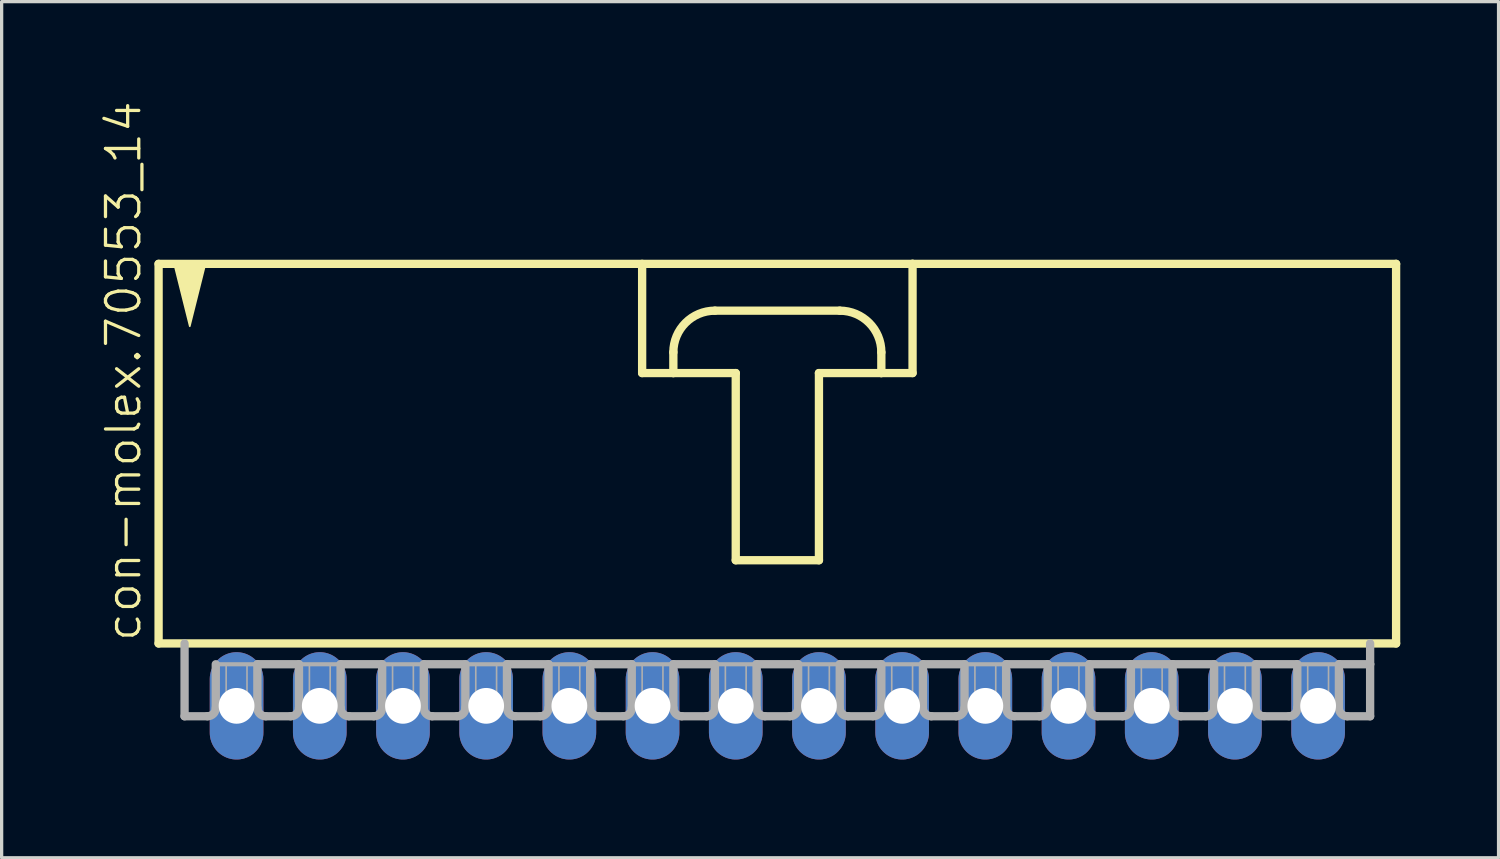
<source format=kicad_pcb>
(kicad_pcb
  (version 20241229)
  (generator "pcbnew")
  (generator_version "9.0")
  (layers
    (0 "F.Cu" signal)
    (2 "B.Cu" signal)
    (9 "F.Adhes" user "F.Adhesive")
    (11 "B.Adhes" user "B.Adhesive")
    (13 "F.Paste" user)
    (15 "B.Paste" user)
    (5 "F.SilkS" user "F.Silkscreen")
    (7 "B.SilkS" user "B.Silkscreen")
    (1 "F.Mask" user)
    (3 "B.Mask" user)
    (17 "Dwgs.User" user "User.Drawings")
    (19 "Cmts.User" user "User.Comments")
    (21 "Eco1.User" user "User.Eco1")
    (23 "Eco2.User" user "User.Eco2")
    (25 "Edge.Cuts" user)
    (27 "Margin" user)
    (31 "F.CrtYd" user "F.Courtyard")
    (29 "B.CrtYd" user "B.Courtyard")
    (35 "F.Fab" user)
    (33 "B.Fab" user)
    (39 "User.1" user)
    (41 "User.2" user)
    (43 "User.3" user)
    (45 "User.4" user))
  (footprint "con-molex.70553_14"
    (layer "F.Cu")
    (at 20.683 10.88)
    (property "Reference" "con-molex.70553_14" (at -19.367 5.715 90) (layer "F.SilkS") (effects (font (size 1.016 1.016) (thickness 0.1)) (justify left bottom)))
    (attr through_hole)
    (fp_line (start -18.891 -5.874) (end -18.891 5.715) (stroke (width 0.254) (type default)) (layer "F.SilkS"))
    (fp_line (start -18.891 5.715) (end 18.891 5.715) (stroke (width 0.254) (type default)) (layer "F.SilkS"))
    (fp_line (start -4.128 -5.874) (end -4.128 -2.54) (stroke (width 0.254) (type default)) (layer "F.SilkS"))
    (fp_line (start -4.128 -2.54) (end -3.175 -2.54) (stroke (width 0.254) (type default)) (layer "F.SilkS"))
    (fp_line (start -3.175 -2.54) (end -3.175 -3.175) (stroke (width 0.254) (type default)) (layer "F.SilkS"))
    (fp_line (start -3.175 -2.54) (end -1.27 -2.54) (stroke (width 0.254) (type default)) (layer "F.SilkS"))
    (fp_line (start -1.905 -4.445) (end 1.905 -4.445) (stroke (width 0.254) (type default)) (layer "F.SilkS"))
    (fp_line (start -1.27 -2.54) (end -1.27 3.175) (stroke (width 0.254) (type default)) (layer "F.SilkS"))
    (fp_line (start -1.27 3.175) (end 1.27 3.175) (stroke (width 0.254) (type default)) (layer "F.SilkS"))
    (fp_line (start 1.27 -2.54) (end 3.175 -2.54) (stroke (width 0.254) (type default)) (layer "F.SilkS"))
    (fp_line (start 1.27 3.175) (end 1.27 -2.54) (stroke (width 0.254) (type default)) (layer "F.SilkS"))
    (fp_line (start 3.175 -3.175) (end 3.175 -2.54) (stroke (width 0.254) (type default)) (layer "F.SilkS"))
    (fp_line (start 3.175 -2.54) (end 4.128 -2.54) (stroke (width 0.254) (type default)) (layer "F.SilkS"))
    (fp_line (start 4.128 -5.874) (end -18.891 -5.874) (stroke (width 0.254) (type default)) (layer "F.SilkS"))
    (fp_line (start 4.128 -2.54) (end 4.128 -5.874) (stroke (width 0.254) (type default)) (layer "F.SilkS"))
    (fp_line (start 18.891 -5.874) (end 4.128 -5.874) (stroke (width 0.254) (type default)) (layer "F.SilkS"))
    (fp_line (start 18.891 5.715) (end 18.891 -5.874) (stroke (width 0.254) (type default)) (layer "F.SilkS"))
    (fp_arc (start -3.175 -3.175) (mid -2.803026 -4.073026) (end -1.905 -4.445) (stroke (width 0.254) (type default)) (layer "F.SilkS"))
    (fp_arc (start 1.905 -4.445) (mid 2.803026 -4.073026) (end 3.175 -3.175) (stroke (width 0.254) (type default)) (layer "F.SilkS"))
    (fp_poly (pts (xy -18.415 -5.874) (xy -17.939 -3.969) (xy -17.462 -5.874)) (stroke (width 0.051) (type default)) (fill yes) (layer "F.SilkS"))
    (fp_line (start -18.098 5.715) (end -18.098 7.938) (stroke (width 0.254) (type default)) (layer "F.Fab"))
    (fp_line (start -17.399 7.938) (end -18.098 7.938) (stroke (width 0.254) (type default)) (layer "F.Fab"))
    (fp_line (start -17.145 6.35) (end -17.145 7.684) (stroke (width 0.254) (type default)) (layer "F.Fab"))
    (fp_line (start -17.145 6.35) (end -15.875 6.35) (stroke (width 0.127) (type default)) (layer "F.Fab"))
    (fp_line (start -15.875 6.35) (end -15.875 7.684) (stroke (width 0.254) (type default)) (layer "F.Fab"))
    (fp_line (start -15.875 6.35) (end -14.605 6.35) (stroke (width 0.254) (type default)) (layer "F.Fab"))
    (fp_line (start -14.859 7.938) (end -15.621 7.938) (stroke (width 0.254) (type default)) (layer "F.Fab"))
    (fp_line (start -14.605 6.35) (end -14.605 7.684) (stroke (width 0.254) (type default)) (layer "F.Fab"))
    (fp_line (start -14.605 6.35) (end -13.335 6.35) (stroke (width 0.127) (type default)) (layer "F.Fab"))
    (fp_line (start -13.335 6.35) (end -13.335 7.684) (stroke (width 0.254) (type default)) (layer "F.Fab"))
    (fp_line (start -13.335 6.35) (end -12.065 6.35) (stroke (width 0.254) (type default)) (layer "F.Fab"))
    (fp_line (start -12.319 7.938) (end -13.081 7.938) (stroke (width 0.254) (type default)) (layer "F.Fab"))
    (fp_line (start -12.065 6.35) (end -12.065 7.684) (stroke (width 0.254) (type default)) (layer "F.Fab"))
    (fp_line (start -12.065 6.35) (end -10.795 6.35) (stroke (width 0.127) (type default)) (layer "F.Fab"))
    (fp_line (start -10.795 6.35) (end -10.795 7.684) (stroke (width 0.254) (type default)) (layer "F.Fab"))
    (fp_line (start -10.795 6.35) (end -9.525 6.35) (stroke (width 0.254) (type default)) (layer "F.Fab"))
    (fp_line (start -9.779 7.938) (end -10.541 7.938) (stroke (width 0.254) (type default)) (layer "F.Fab"))
    (fp_line (start -9.525 6.35) (end -9.525 7.684) (stroke (width 0.254) (type default)) (layer "F.Fab"))
    (fp_line (start -9.525 6.35) (end -8.255 6.35) (stroke (width 0.127) (type default)) (layer "F.Fab"))
    (fp_line (start -8.255 6.35) (end -8.255 7.684) (stroke (width 0.254) (type default)) (layer "F.Fab"))
    (fp_line (start -8.255 6.35) (end -6.985 6.35) (stroke (width 0.254) (type default)) (layer "F.Fab"))
    (fp_line (start -7.239 7.938) (end -8.001 7.938) (stroke (width 0.254) (type default)) (layer "F.Fab"))
    (fp_line (start -6.985 6.35) (end -6.985 7.684) (stroke (width 0.254) (type default)) (layer "F.Fab"))
    (fp_line (start -6.985 6.35) (end -5.715 6.35) (stroke (width 0.127) (type default)) (layer "F.Fab"))
    (fp_line (start -5.715 6.35) (end -5.715 7.684) (stroke (width 0.254) (type default)) (layer "F.Fab"))
    (fp_line (start -5.715 6.35) (end -4.445 6.35) (stroke (width 0.254) (type default)) (layer "F.Fab"))
    (fp_line (start -4.699 7.938) (end -5.461 7.938) (stroke (width 0.254) (type default)) (layer "F.Fab"))
    (fp_line (start -4.445 6.35) (end -4.445 7.684) (stroke (width 0.254) (type default)) (layer "F.Fab"))
    (fp_line (start -4.445 6.35) (end -3.175 6.35) (stroke (width 0.127) (type default)) (layer "F.Fab"))
    (fp_line (start -3.175 6.35) (end -3.175 7.684) (stroke (width 0.254) (type default)) (layer "F.Fab"))
    (fp_line (start -3.175 6.35) (end -1.905 6.35) (stroke (width 0.254) (type default)) (layer "F.Fab"))
    (fp_line (start -2.159 7.938) (end -2.921 7.938) (stroke (width 0.254) (type default)) (layer "F.Fab"))
    (fp_line (start -1.905 6.35) (end -1.905 7.684) (stroke (width 0.254) (type default)) (layer "F.Fab"))
    (fp_line (start -1.905 6.35) (end -0.635 6.35) (stroke (width 0.127) (type default)) (layer "F.Fab"))
    (fp_line (start -0.635 6.35) (end -0.635 7.684) (stroke (width 0.254) (type default)) (layer "F.Fab"))
    (fp_line (start -0.635 6.35) (end 0.635 6.35) (stroke (width 0.254) (type default)) (layer "F.Fab"))
    (fp_line (start 0.381 7.938) (end -0.381 7.938) (stroke (width 0.254) (type default)) (layer "F.Fab"))
    (fp_line (start 0.635 6.35) (end 0.635 7.684) (stroke (width 0.254) (type default)) (layer "F.Fab"))
    (fp_line (start 0.635 6.35) (end 1.905 6.35) (stroke (width 0.127) (type default)) (layer "F.Fab"))
    (fp_line (start 1.905 6.35) (end 1.905 7.684) (stroke (width 0.254) (type default)) (layer "F.Fab"))
    (fp_line (start 1.905 6.35) (end 3.175 6.35) (stroke (width 0.254) (type default)) (layer "F.Fab"))
    (fp_line (start 2.921 7.938) (end 2.159 7.938) (stroke (width 0.254) (type default)) (layer "F.Fab"))
    (fp_line (start 3.175 6.35) (end 3.175 7.684) (stroke (width 0.254) (type default)) (layer "F.Fab"))
    (fp_line (start 3.175 6.35) (end 4.445 6.35) (stroke (width 0.127) (type default)) (layer "F.Fab"))
    (fp_line (start 4.445 6.35) (end 4.445 7.684) (stroke (width 0.254) (type default)) (layer "F.Fab"))
    (fp_line (start 4.445 6.35) (end 5.715 6.35) (stroke (width 0.254) (type default)) (layer "F.Fab"))
    (fp_line (start 5.461 7.938) (end 4.699 7.938) (stroke (width 0.254) (type default)) (layer "F.Fab"))
    (fp_line (start 5.715 6.35) (end 5.715 7.684) (stroke (width 0.254) (type default)) (layer "F.Fab"))
    (fp_line (start 5.715 6.35) (end 6.985 6.35) (stroke (width 0.127) (type default)) (layer "F.Fab"))
    (fp_line (start 6.985 6.35) (end 6.985 7.684) (stroke (width 0.254) (type default)) (layer "F.Fab"))
    (fp_line (start 6.985 6.35) (end 8.255 6.35) (stroke (width 0.254) (type default)) (layer "F.Fab"))
    (fp_line (start 8.001 7.938) (end 7.239 7.938) (stroke (width 0.254) (type default)) (layer "F.Fab"))
    (fp_line (start 8.255 6.35) (end 8.255 7.684) (stroke (width 0.254) (type default)) (layer "F.Fab"))
    (fp_line (start 8.255 6.35) (end 9.525 6.35) (stroke (width 0.127) (type default)) (layer "F.Fab"))
    (fp_line (start 9.525 6.35) (end 9.525 7.684) (stroke (width 0.254) (type default)) (layer "F.Fab"))
    (fp_line (start 9.525 6.35) (end 10.795 6.35) (stroke (width 0.254) (type default)) (layer "F.Fab"))
    (fp_line (start 10.541 7.938) (end 9.779 7.938) (stroke (width 0.254) (type default)) (layer "F.Fab"))
    (fp_line (start 10.795 6.35) (end 10.795 7.684) (stroke (width 0.254) (type default)) (layer "F.Fab"))
    (fp_line (start 10.795 6.35) (end 12.065 6.35) (stroke (width 0.254) (type default)) (layer "F.Fab"))
    (fp_line (start 12.065 6.35) (end 12.065 7.684) (stroke (width 0.254) (type default)) (layer "F.Fab"))
    (fp_line (start 12.065 6.35) (end 13.335 6.35) (stroke (width 0.254) (type default)) (layer "F.Fab"))
    (fp_line (start 13.081 7.938) (end 12.319 7.938) (stroke (width 0.254) (type default)) (layer "F.Fab"))
    (fp_line (start 13.335 6.35) (end 13.335 7.684) (stroke (width 0.254) (type default)) (layer "F.Fab"))
    (fp_line (start 13.335 6.35) (end 14.605 6.35) (stroke (width 0.127) (type default)) (layer "F.Fab"))
    (fp_line (start 14.605 6.35) (end 14.605 7.684) (stroke (width 0.254) (type default)) (layer "F.Fab"))
    (fp_line (start 14.605 6.35) (end 15.875 6.35) (stroke (width 0.254) (type default)) (layer "F.Fab"))
    (fp_line (start 15.621 7.938) (end 14.859 7.938) (stroke (width 0.254) (type default)) (layer "F.Fab"))
    (fp_line (start 15.875 6.35) (end 15.875 7.684) (stroke (width 0.254) (type default)) (layer "F.Fab"))
    (fp_line (start 15.875 6.35) (end 17.145 6.35) (stroke (width 0.127) (type default)) (layer "F.Fab"))
    (fp_line (start 17.145 6.35) (end 17.145 7.684) (stroke (width 0.254) (type default)) (layer "F.Fab"))
    (fp_line (start 17.145 6.35) (end 18.098 6.35) (stroke (width 0.254) (type default)) (layer "F.Fab"))
    (fp_line (start 17.399 7.938) (end 18.098 7.938) (stroke (width 0.254) (type default)) (layer "F.Fab"))
    (fp_line (start 18.098 6.35) (end 18.098 5.715) (stroke (width 0.254) (type default)) (layer "F.Fab"))
    (fp_line (start 18.098 7.938) (end 18.098 6.35) (stroke (width 0.254) (type default)) (layer "F.Fab"))
    (fp_rect (start -16.828 7.62) (end -16.192 6.35) (stroke (width 0.05) (type default)) (fill no) (layer "F.Fab"))
    (fp_rect (start -14.287 7.62) (end -13.652 6.35) (stroke (width 0.05) (type default)) (fill no) (layer "F.Fab"))
    (fp_rect (start -11.748 7.62) (end -11.113 6.35) (stroke (width 0.05) (type default)) (fill no) (layer "F.Fab"))
    (fp_rect (start -9.207 7.62) (end -8.572 6.35) (stroke (width 0.05) (type default)) (fill no) (layer "F.Fab"))
    (fp_rect (start -6.668 7.62) (end -6.032 6.35) (stroke (width 0.05) (type default)) (fill no) (layer "F.Fab"))
    (fp_rect (start -4.128 7.62) (end -3.493 6.35) (stroke (width 0.05) (type default)) (fill no) (layer "F.Fab"))
    (fp_rect (start -1.587 7.62) (end -0.953 6.35) (stroke (width 0.05) (type default)) (fill no) (layer "F.Fab"))
    (fp_rect (start 0.953 7.62) (end 1.587 6.35) (stroke (width 0.05) (type default)) (fill no) (layer "F.Fab"))
    (fp_rect (start 3.493 7.62) (end 4.128 6.35) (stroke (width 0.05) (type default)) (fill no) (layer "F.Fab"))
    (fp_rect (start 6.032 7.62) (end 6.668 6.35) (stroke (width 0.05) (type default)) (fill no) (layer "F.Fab"))
    (fp_rect (start 8.572 7.62) (end 9.207 6.35) (stroke (width 0.05) (type default)) (fill no) (layer "F.Fab"))
    (fp_rect (start 11.113 7.62) (end 11.748 6.35) (stroke (width 0.05) (type default)) (fill no) (layer "F.Fab"))
    (fp_rect (start 13.652 7.62) (end 14.287 6.35) (stroke (width 0.05) (type default)) (fill no) (layer "F.Fab"))
    (fp_rect (start 16.192 7.62) (end 16.828 6.35) (stroke (width 0.05) (type default)) (fill no) (layer "F.Fab"))
    (fp_arc (start -17.145 7.6835) (mid -17.219395 7.863105) (end -17.399 7.9375) (stroke (width 0.254) (type default)) (layer "F.Fab"))
    (fp_arc (start -15.621 7.9375) (mid -15.800605 7.863105) (end -15.875 7.6835) (stroke (width 0.254) (type default)) (layer "F.Fab"))
    (fp_arc (start -14.605 7.6835) (mid -14.679395 7.863105) (end -14.859 7.9375) (stroke (width 0.254) (type default)) (layer "F.Fab"))
    (fp_arc (start -13.081 7.9375) (mid -13.260605 7.863105) (end -13.335 7.6835) (stroke (width 0.254) (type default)) (layer "F.Fab"))
    (fp_arc (start -12.065 7.6835) (mid -12.139395 7.863105) (end -12.319 7.9375) (stroke (width 0.254) (type default)) (layer "F.Fab"))
    (fp_arc (start -10.541 7.9375) (mid -10.720605 7.863105) (end -10.795 7.6835) (stroke (width 0.254) (type default)) (layer "F.Fab"))
    (fp_arc (start -9.525 7.6835) (mid -9.599395 7.863105) (end -9.779 7.9375) (stroke (width 0.254) (type default)) (layer "F.Fab"))
    (fp_arc (start -8.001 7.9375) (mid -8.180605 7.863105) (end -8.255 7.6835) (stroke (width 0.254) (type default)) (layer "F.Fab"))
    (fp_arc (start -6.985 7.6835) (mid -7.059395 7.863105) (end -7.239 7.9375) (stroke (width 0.254) (type default)) (layer "F.Fab"))
    (fp_arc (start -5.461 7.9375) (mid -5.640605 7.863105) (end -5.715 7.6835) (stroke (width 0.254) (type default)) (layer "F.Fab"))
    (fp_arc (start -4.445 7.6835) (mid -4.519395 7.863105) (end -4.699 7.9375) (stroke (width 0.254) (type default)) (layer "F.Fab"))
    (fp_arc (start -2.921 7.9375) (mid -3.100605 7.863105) (end -3.175 7.6835) (stroke (width 0.254) (type default)) (layer "F.Fab"))
    (fp_arc (start -1.905 7.6835) (mid -1.979395 7.863105) (end -2.159 7.9375) (stroke (width 0.254) (type default)) (layer "F.Fab"))
    (fp_arc (start -0.381 7.9375) (mid -0.560605 7.863105) (end -0.635 7.6835) (stroke (width 0.254) (type default)) (layer "F.Fab"))
    (fp_arc (start 0.635 7.6835) (mid 0.560605 7.863105) (end 0.381 7.9375) (stroke (width 0.254) (type default)) (layer "F.Fab"))
    (fp_arc (start 2.159 7.9375) (mid 1.979395 7.863105) (end 1.905 7.6835) (stroke (width 0.254) (type default)) (layer "F.Fab"))
    (fp_arc (start 3.175 7.6835) (mid 3.100605 7.863105) (end 2.921 7.9375) (stroke (width 0.254) (type default)) (layer "F.Fab"))
    (fp_arc (start 4.699 7.9375) (mid 4.519395 7.863105) (end 4.445 7.6835) (stroke (width 0.254) (type default)) (layer "F.Fab"))
    (fp_arc (start 5.715 7.6835) (mid 5.640605 7.863105) (end 5.461 7.9375) (stroke (width 0.254) (type default)) (layer "F.Fab"))
    (fp_arc (start 7.239 7.9375) (mid 7.059395 7.863105) (end 6.985 7.6835) (stroke (width 0.254) (type default)) (layer "F.Fab"))
    (fp_arc (start 8.255 7.6835) (mid 8.180605 7.863105) (end 8.001 7.9375) (stroke (width 0.254) (type default)) (layer "F.Fab"))
    (fp_arc (start 9.779 7.9375) (mid 9.599395 7.863105) (end 9.525 7.6835) (stroke (width 0.254) (type default)) (layer "F.Fab"))
    (fp_arc (start 10.795 7.6835) (mid 10.720605 7.863105) (end 10.541 7.9375) (stroke (width 0.254) (type default)) (layer "F.Fab"))
    (fp_arc (start 12.319 7.9375) (mid 12.139395 7.863105) (end 12.065 7.6835) (stroke (width 0.254) (type default)) (layer "F.Fab"))
    (fp_arc (start 13.335 7.6835) (mid 13.260605 7.863105) (end 13.081 7.9375) (stroke (width 0.254) (type default)) (layer "F.Fab"))
    (fp_arc (start 14.859 7.9375) (mid 14.679395 7.863105) (end 14.605 7.6835) (stroke (width 0.254) (type default)) (layer "F.Fab"))
    (fp_arc (start 15.875 7.6835) (mid 15.800605 7.863105) (end 15.621 7.9375) (stroke (width 0.254) (type default)) (layer "F.Fab"))
    (fp_arc (start 17.399 7.9375) (mid 17.219395 7.863105) (end 17.145 7.6835) (stroke (width 0.254) (type default)) (layer "F.Fab"))
    (pad "1" thru_hole oval (at -16.51 7.62 90) (size 3.277 1.638) (drill 1.092) (layers "*.Cu" "*.Mask"))
    (pad "2" thru_hole oval (at -13.97 7.62 90) (size 3.277 1.638) (drill 1.092) (layers "*.Cu" "*.Mask"))
    (pad "3" thru_hole oval (at -11.43 7.62 90) (size 3.277 1.638) (drill 1.092) (layers "*.Cu" "*.Mask"))
    (pad "4" thru_hole oval (at -8.89 7.62 90) (size 3.277 1.638) (drill 1.092) (layers "*.Cu" "*.Mask"))
    (pad "5" thru_hole oval (at -6.35 7.62 90) (size 3.277 1.638) (drill 1.092) (layers "*.Cu" "*.Mask"))
    (pad "6" thru_hole oval (at -3.81 7.62 90) (size 3.277 1.638) (drill 1.092) (layers "*.Cu" "*.Mask"))
    (pad "7" thru_hole oval (at -1.27 7.62 90) (size 3.277 1.638) (drill 1.092) (layers "*.Cu" "*.Mask"))
    (pad "8" thru_hole oval (at 1.27 7.62 90) (size 3.277 1.638) (drill 1.092) (layers "*.Cu" "*.Mask"))
    (pad "9" thru_hole oval (at 3.81 7.62 90) (size 3.277 1.638) (drill 1.092) (layers "*.Cu" "*.Mask"))
    (pad "10" thru_hole oval (at 6.35 7.62 90) (size 3.277 1.638) (drill 1.092) (layers "*.Cu" "*.Mask"))
    (pad "11" thru_hole oval (at 8.89 7.62 90) (size 3.277 1.638) (drill 1.092) (layers "*.Cu" "*.Mask"))
    (pad "12" thru_hole oval (at 11.43 7.62 90) (size 3.277 1.638) (drill 1.092) (layers "*.Cu" "*.Mask"))
    (pad "13" thru_hole oval (at 13.97 7.62 90) (size 3.277 1.638) (drill 1.092) (layers "*.Cu" "*.Mask"))
    (pad "14" thru_hole oval (at 16.51 7.62 90) (size 3.277 1.638) (drill 1.092) (layers "*.Cu" "*.Mask")))
  (gr_rect
    (start -3 -3)
    (end 42.702 23.138)
    (stroke (width 0.1) (type default))
    (fill no)
    (layer "Edge.Cuts")))
</source>
